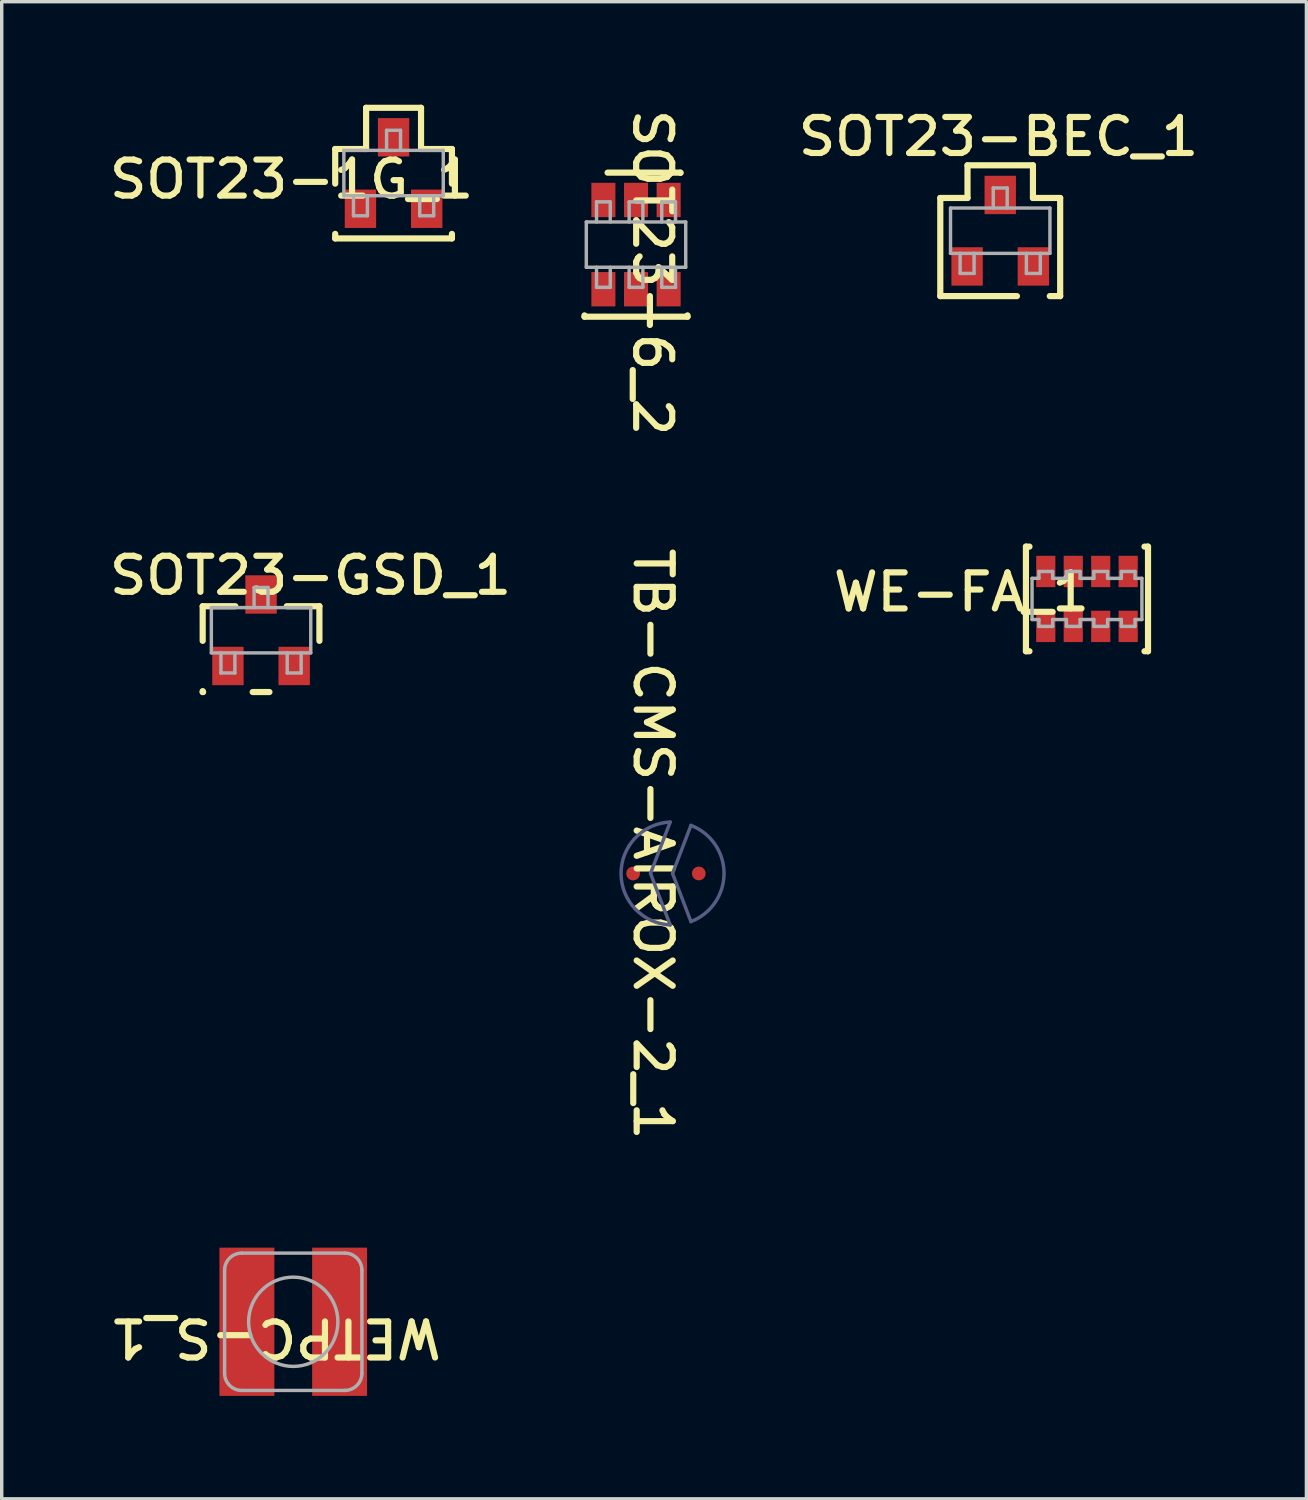
<source format=kicad_pcb>
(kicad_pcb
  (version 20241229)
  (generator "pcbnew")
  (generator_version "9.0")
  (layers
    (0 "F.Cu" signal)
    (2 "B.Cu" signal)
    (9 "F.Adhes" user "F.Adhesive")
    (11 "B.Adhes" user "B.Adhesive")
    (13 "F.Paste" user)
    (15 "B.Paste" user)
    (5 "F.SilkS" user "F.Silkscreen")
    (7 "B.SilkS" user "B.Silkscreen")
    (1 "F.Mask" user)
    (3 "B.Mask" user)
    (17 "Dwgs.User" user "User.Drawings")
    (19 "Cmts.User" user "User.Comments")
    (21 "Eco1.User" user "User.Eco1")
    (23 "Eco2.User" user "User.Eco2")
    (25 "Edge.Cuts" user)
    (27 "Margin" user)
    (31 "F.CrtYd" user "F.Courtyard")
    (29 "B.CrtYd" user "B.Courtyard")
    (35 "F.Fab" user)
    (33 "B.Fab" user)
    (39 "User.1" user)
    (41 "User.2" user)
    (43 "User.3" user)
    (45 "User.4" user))
  (footprint "SOT23-GSD_1"
    (layer "F.Cu")
    (at 4.554 15.308)
    (property "Reference" "SOT23-GSD_1" (at 1.441 -1.596 0) (unlocked yes) (layer "F.SilkS") (effects (font (size 1.05 1.104) (thickness 0.18))))
    (attr smd)
    (fp_line (start -1.7 -0.7) (end -0.749 -0.7) (stroke (width 0.18) (type solid)) (layer "F.SilkS"))
    (fp_line (start -1.7 0.309) (end -1.7 -0.7) (stroke (width 0.18) (type solid)) (layer "F.SilkS"))
    (fp_line (start -1.7 1.8) (end -1.7 1.773) (stroke (width 0.18) (type solid)) (layer "F.SilkS"))
    (fp_line (start -1.7 1.8) (end -1.687 1.8) (stroke (width 0.18) (type solid)) (layer "F.SilkS"))
    (fp_line (start -0.244 1.8) (end 0.244 1.8) (stroke (width 0.18) (type solid)) (layer "F.SilkS"))
    (fp_line (start 0.749 -0.7) (end 1.7 -0.7) (stroke (width 0.18) (type solid)) (layer "F.SilkS"))
    (fp_line (start 1.7 0.309) (end 1.7 -0.7) (stroke (width 0.18) (type solid)) (layer "F.SilkS"))
    (fp_line (start -1.448 -0.66) (end 1.448 -0.66) (stroke (width 0.1) (type solid)) (layer "F.Fab"))
    (fp_line (start -1.448 0.66) (end -1.448 -0.66) (stroke (width 0.1) (type solid)) (layer "F.Fab"))
    (fp_line (start -1.448 0.66) (end 1.448 0.66) (stroke (width 0.1) (type solid)) (layer "F.Fab"))
    (fp_line (start -1.168 1.245) (end -1.168 0.66) (stroke (width 0.1) (type solid)) (layer "F.Fab"))
    (fp_line (start -1.168 1.245) (end -0.762 1.245) (stroke (width 0.1) (type solid)) (layer "F.Fab"))
    (fp_line (start -0.762 1.245) (end -0.762 0.66) (stroke (width 0.1) (type solid)) (layer "F.Fab"))
    (fp_line (start -0.203 -1.245) (end 0.203 -1.245) (stroke (width 0.1) (type solid)) (layer "F.Fab"))
    (fp_line (start -0.203 -0.66) (end -0.203 -1.245) (stroke (width 0.1) (type solid)) (layer "F.Fab"))
    (fp_line (start 0.203 -0.66) (end 0.203 -1.245) (stroke (width 0.1) (type solid)) (layer "F.Fab"))
    (fp_line (start 0.762 1.245) (end 0.762 0.66) (stroke (width 0.1) (type solid)) (layer "F.Fab"))
    (fp_line (start 0.762 1.245) (end 1.168 1.245) (stroke (width 0.1) (type solid)) (layer "F.Fab"))
    (fp_line (start 1.168 1.245) (end 1.168 0.66) (stroke (width 0.1) (type solid)) (layer "F.Fab"))
    (fp_line (start 1.448 0.66) (end 1.448 -0.66) (stroke (width 0.1) (type solid)) (layer "F.Fab"))
    (pad "D" smd rect (at 0 -1.041) (size 0.914 1.118) (layers "F.Cu" "F.Mask" "F.Paste"))
    (pad "G" smd rect (at -0.965 1.041) (size 0.914 1.118) (layers "F.Cu" "F.Mask" "F.Paste"))
    (pad "S" smd rect (at 0.965 1.041) (size 0.914 1.118) (layers "F.Cu" "F.Mask" "F.Paste")))
  (footprint "WE-FA_1"
    (layer "F.Cu")
    (at 28.612 14.396)
    (property "Reference" "WE-FA_1" (at -3.656 -0.2 0) (unlocked yes) (layer "F.SilkS") (effects (font (size 1.05 1.104) (thickness 0.18))))
    (attr smd)
    (fp_line (start -1.778 -1.524) (end -1.675 -1.524) (stroke (width 0.18) (type solid)) (layer "F.SilkS"))
    (fp_line (start -1.778 1.524) (end -1.778 -1.524) (stroke (width 0.18) (type solid)) (layer "F.SilkS"))
    (fp_line (start -1.778 1.524) (end -1.675 1.524) (stroke (width 0.18) (type solid)) (layer "F.SilkS"))
    (fp_line (start 1.675 -1.524) (end 1.778 -1.524) (stroke (width 0.18) (type solid)) (layer "F.SilkS"))
    (fp_line (start 1.675 1.524) (end 1.778 1.524) (stroke (width 0.18) (type solid)) (layer "F.SilkS"))
    (fp_line (start 1.778 1.524) (end 1.778 -1.524) (stroke (width 0.18) (type solid)) (layer "F.SilkS"))
    (fp_line (start -1.6 -0.6) (end -1.4 -0.6) (stroke (width 0.1) (type solid)) (layer "F.Fab"))
    (fp_line (start -1.6 0.6) (end -1.6 -0.6) (stroke (width 0.1) (type solid)) (layer "F.Fab"))
    (fp_line (start -1.6 0.6) (end -1.4 0.6) (stroke (width 0.1) (type solid)) (layer "F.Fab"))
    (fp_line (start -1.4 -0.8) (end -1 -0.8) (stroke (width 0.1) (type solid)) (layer "F.Fab"))
    (fp_line (start -1.4 -0.6) (end -1.4 -0.8) (stroke (width 0.1) (type solid)) (layer "F.Fab"))
    (fp_line (start -1.4 0.8) (end -1.4 0.6) (stroke (width 0.1) (type solid)) (layer "F.Fab"))
    (fp_line (start -1.4 0.8) (end -1 0.8) (stroke (width 0.1) (type solid)) (layer "F.Fab"))
    (fp_line (start -1 -0.6) (end -1 -0.8) (stroke (width 0.1) (type solid)) (layer "F.Fab"))
    (fp_line (start -1 -0.6) (end -0.6 -0.6) (stroke (width 0.1) (type solid)) (layer "F.Fab"))
    (fp_line (start -1 0.6) (end -0.6 0.6) (stroke (width 0.1) (type solid)) (layer "F.Fab"))
    (fp_line (start -1 0.8) (end -1 0.6) (stroke (width 0.1) (type solid)) (layer "F.Fab"))
    (fp_line (start -0.6 -0.8) (end -0.2 -0.8) (stroke (width 0.1) (type solid)) (layer "F.Fab"))
    (fp_line (start -0.6 -0.6) (end -0.6 -0.8) (stroke (width 0.1) (type solid)) (layer "F.Fab"))
    (fp_line (start -0.6 0.8) (end -0.6 0.6) (stroke (width 0.1) (type solid)) (layer "F.Fab"))
    (fp_line (start -0.6 0.8) (end -0.2 0.8) (stroke (width 0.1) (type solid)) (layer "F.Fab"))
    (fp_line (start -0.2 -0.6) (end -0.2 -0.8) (stroke (width 0.1) (type solid)) (layer "F.Fab"))
    (fp_line (start -0.2 -0.6) (end 0.2 -0.6) (stroke (width 0.1) (type solid)) (layer "F.Fab"))
    (fp_line (start -0.2 0.6) (end 0.2 0.6) (stroke (width 0.1) (type solid)) (layer "F.Fab"))
    (fp_line (start -0.2 0.8) (end -0.2 0.6) (stroke (width 0.1) (type solid)) (layer "F.Fab"))
    (fp_line (start 0.2 -0.8) (end 0.6 -0.8) (stroke (width 0.1) (type solid)) (layer "F.Fab"))
    (fp_line (start 0.2 -0.6) (end 0.2 -0.8) (stroke (width 0.1) (type solid)) (layer "F.Fab"))
    (fp_line (start 0.2 0.8) (end 0.2 0.6) (stroke (width 0.1) (type solid)) (layer "F.Fab"))
    (fp_line (start 0.2 0.8) (end 0.6 0.8) (stroke (width 0.1) (type solid)) (layer "F.Fab"))
    (fp_line (start 0.6 -0.6) (end 0.6 -0.8) (stroke (width 0.1) (type solid)) (layer "F.Fab"))
    (fp_line (start 0.6 -0.6) (end 1 -0.6) (stroke (width 0.1) (type solid)) (layer "F.Fab"))
    (fp_line (start 0.6 0.6) (end 1 0.6) (stroke (width 0.1) (type solid)) (layer "F.Fab"))
    (fp_line (start 0.6 0.8) (end 0.6 0.6) (stroke (width 0.1) (type solid)) (layer "F.Fab"))
    (fp_line (start 1 -0.8) (end 1.4 -0.8) (stroke (width 0.1) (type solid)) (layer "F.Fab"))
    (fp_line (start 1 -0.6) (end 1 -0.8) (stroke (width 0.1) (type solid)) (layer "F.Fab"))
    (fp_line (start 1 0.8) (end 1 0.6) (stroke (width 0.1) (type solid)) (layer "F.Fab"))
    (fp_line (start 1 0.8) (end 1.4 0.8) (stroke (width 0.1) (type solid)) (layer "F.Fab"))
    (fp_line (start 1.4 -0.6) (end 1.4 -0.8) (stroke (width 0.1) (type solid)) (layer "F.Fab"))
    (fp_line (start 1.4 -0.6) (end 1.6 -0.6) (stroke (width 0.1) (type solid)) (layer "F.Fab"))
    (fp_line (start 1.4 0.6) (end 1.6 0.6) (stroke (width 0.1) (type solid)) (layer "F.Fab"))
    (fp_line (start 1.4 0.8) (end 1.4 0.6) (stroke (width 0.1) (type solid)) (layer "F.Fab"))
    (fp_line (start 1.6 0.6) (end 1.6 -0.6) (stroke (width 0.1) (type solid)) (layer "F.Fab"))
    (pad "L1A" smd rect (at -1.2 0.8) (size 0.559 0.914) (layers "F.Cu" "F.Mask" "F.Paste"))
    (pad "L1B" smd rect (at -1.2 -0.8) (size 0.559 0.914) (layers "F.Cu" "F.Mask" "F.Paste"))
    (pad "L2A" smd rect (at -0.4 0.8) (size 0.559 0.914) (layers "F.Cu" "F.Mask" "F.Paste"))
    (pad "L2B" smd rect (at -0.4 -0.8) (size 0.559 0.914) (layers "F.Cu" "F.Mask" "F.Paste"))
    (pad "L3A" smd rect (at 0.4 0.8) (size 0.559 0.914) (layers "F.Cu" "F.Mask" "F.Paste"))
    (pad "L3B" smd rect (at 0.4 -0.8) (size 0.559 0.914) (layers "F.Cu" "F.Mask" "F.Paste"))
    (pad "L4A" smd rect (at 1.2 0.8) (size 0.559 0.914) (layers "F.Cu" "F.Mask" "F.Paste"))
    (pad "L4B" smd rect (at 1.2 -0.8) (size 0.559 0.914) (layers "F.Cu" "F.Mask" "F.Paste")))
  (footprint "WETPC-S_1"
    (layer "F.Cu")
    (at 5.492 35.451)
    (property "Reference" "WETPC-S_1" (at -0.522 0.467 180) (unlocked yes) (layer "F.SilkS") (effects (font (size 1.05 1.104) (thickness 0.18))))
    (attr smd)
    (fp_line (start -2 1.5) (end -2 -1.5) (stroke (width 0.1) (type solid)) (layer "F.Fab"))
    (fp_line (start -1.5 -2) (end 1.5 -2) (stroke (width 0.1) (type solid)) (layer "F.Fab"))
    (fp_line (start -1.5 2) (end 1.5 2) (stroke (width 0.1) (type solid)) (layer "F.Fab"))
    (fp_line (start 2 1.5) (end 2 -1.5) (stroke (width 0.1) (type solid)) (layer "F.Fab"))
    (fp_arc (start -2 -1.50002) (mid -1.853559 -1.853559) (end -1.50002 -2) (stroke (width 0.1) (type solid)) (layer "F.Fab"))
    (fp_arc (start -1.50001 2) (mid -1.853556 1.853556) (end -2 1.50001) (stroke (width 0.1) (type solid)) (layer "F.Fab"))
    (fp_arc (start 1.50002 -2) (mid 1.853559 -1.853559) (end 2 -1.50002) (stroke (width 0.1) (type solid)) (layer "F.Fab"))
    (fp_arc (start 2.00001 1.50001) (mid 1.853566 1.853556) (end 1.50002 2) (stroke (width 0.1) (type solid)) (layer "F.Fab"))
    (fp_circle (center 0 0) (end 1.3 0) (stroke (width 0.1) (type solid)) (fill no) (layer "F.Fab"))
    (pad "1" smd rect (at -1.35 0) (size 1.6 4.318) (layers "F.Cu" "F.Mask" "F.Paste"))
    (pad "2" smd rect (at 1.35 0) (size 1.6 4.318) (layers "F.Cu" "F.Mask" "F.Paste")))
  (footprint "SOT23-6_2"
    (layer "F.Cu")
    (at 15.476 4.075)
    (property "Reference" "SOT23-6_2" (at 0.481 0.816 270) (unlocked yes) (layer "F.SilkS") (effects (font (size 1.05 1.104) (thickness 0.18))))
    (attr smd)
    (fp_line (start -1.5 2.1) (end -1.5 2.062) (stroke (width 0.18) (type solid)) (layer "F.SilkS"))
    (fp_line (start -1.5 2.1) (end 1.5 2.1) (stroke (width 0.18) (type solid)) (layer "F.SilkS"))
    (fp_line (start -0.828 -2.096) (end 1.291 -2.096) (stroke (width 0.18) (type solid)) (layer "F.SilkS"))
    (fp_line (start 1.291 -2.096) (end 1.298 -2.09) (stroke (width 0.18) (type solid)) (layer "F.SilkS"))
    (fp_line (start 1.5 2.1) (end 1.5 2.062) (stroke (width 0.18) (type solid)) (layer "F.SilkS"))
    (fp_line (start -1.448 -0.66) (end 1.448 -0.66) (stroke (width 0.1) (type solid)) (layer "F.Fab"))
    (fp_line (start -1.448 0.66) (end -1.448 -0.66) (stroke (width 0.1) (type solid)) (layer "F.Fab"))
    (fp_line (start -1.448 0.66) (end 1.448 0.66) (stroke (width 0.1) (type solid)) (layer "F.Fab"))
    (fp_line (start -1.15 -1.245) (end -0.75 -1.245) (stroke (width 0.1) (type solid)) (layer "F.Fab"))
    (fp_line (start -1.15 -0.66) (end -1.15 -1.245) (stroke (width 0.1) (type solid)) (layer "F.Fab"))
    (fp_line (start -1.15 1.245) (end -1.15 0.66) (stroke (width 0.1) (type solid)) (layer "F.Fab"))
    (fp_line (start -1.15 1.245) (end -0.75 1.245) (stroke (width 0.1) (type solid)) (layer "F.Fab"))
    (fp_line (start -0.75 -0.66) (end -0.75 -1.245) (stroke (width 0.1) (type solid)) (layer "F.Fab"))
    (fp_line (start -0.75 1.245) (end -0.75 0.66) (stroke (width 0.1) (type solid)) (layer "F.Fab"))
    (fp_line (start -0.2 -1.245) (end 0.2 -1.245) (stroke (width 0.1) (type solid)) (layer "F.Fab"))
    (fp_line (start -0.2 -0.66) (end -0.2 -1.245) (stroke (width 0.1) (type solid)) (layer "F.Fab"))
    (fp_line (start -0.2 1.245) (end -0.2 0.66) (stroke (width 0.1) (type solid)) (layer "F.Fab"))
    (fp_line (start -0.2 1.245) (end 0.2 1.245) (stroke (width 0.1) (type solid)) (layer "F.Fab"))
    (fp_line (start 0.2 -0.66) (end 0.2 -1.245) (stroke (width 0.1) (type solid)) (layer "F.Fab"))
    (fp_line (start 0.2 1.245) (end 0.2 0.66) (stroke (width 0.1) (type solid)) (layer "F.Fab"))
    (fp_line (start 0.75 -1.245) (end 1.15 -1.245) (stroke (width 0.1) (type solid)) (layer "F.Fab"))
    (fp_line (start 0.75 -0.66) (end 0.75 -1.245) (stroke (width 0.1) (type solid)) (layer "F.Fab"))
    (fp_line (start 0.75 1.245) (end 0.75 0.66) (stroke (width 0.1) (type solid)) (layer "F.Fab"))
    (fp_line (start 0.75 1.245) (end 1.15 1.245) (stroke (width 0.1) (type solid)) (layer "F.Fab"))
    (fp_line (start 1.15 -0.66) (end 1.15 -1.245) (stroke (width 0.1) (type solid)) (layer "F.Fab"))
    (fp_line (start 1.15 1.245) (end 1.15 0.66) (stroke (width 0.1) (type solid)) (layer "F.Fab"))
    (fp_line (start 1.448 0.66) (end 1.448 -0.66) (stroke (width 0.1) (type solid)) (layer "F.Fab"))
    (fp_circle (center 0.953 -0.318) (end 1.202 -0.318) (stroke (width 0.00003) (type solid)) (fill no) (layer "F.Fab"))
    (pad "1" smd rect (at 0.95 -1.3) (size 0.7 1) (layers "F.Cu" "F.Mask" "F.Paste"))
    (pad "2" smd rect (at 0 -1.3) (size 0.7 1) (layers "F.Cu" "F.Mask" "F.Paste"))
    (pad "3" smd rect (at -0.95 -1.3) (size 0.7 1) (layers "F.Cu" "F.Mask" "F.Paste"))
    (pad "4" smd rect (at -0.95 1.3) (size 0.7 1) (layers "F.Cu" "F.Mask" "F.Paste"))
    (pad "5" smd rect (at 0 1.3) (size 0.7 1) (layers "F.Cu" "F.Mask" "F.Paste"))
    (pad "6" smd rect (at 0.95 1.3) (size 0.7 1) (layers "F.Cu" "F.Mask" "F.Paste")))
  (footprint "SOT23-BEC_1"
    (layer "F.Cu")
    (at 26.085 3.67)
    (property "Reference" "SOT23-BEC_1" (at -0.05 -2.74 0) (unlocked yes) (layer "F.SilkS") (effects (font (size 1.05 1.104) (thickness 0.18))))
    (attr smd)
    (fp_line (start -1.746 -0.953) (end -0.953 -0.953) (stroke (width 0.18) (type solid)) (layer "F.SilkS"))
    (fp_line (start -1.746 1.905) (end -1.746 -0.953) (stroke (width 0.18) (type solid)) (layer "F.SilkS"))
    (fp_line (start -1.746 1.905) (end 0.487 1.905) (stroke (width 0.18) (type solid)) (layer "F.SilkS"))
    (fp_line (start -0.953 -1.905) (end 0.953 -1.905) (stroke (width 0.18) (type solid)) (layer "F.SilkS"))
    (fp_line (start -0.953 -0.953) (end -0.953 -1.905) (stroke (width 0.18) (type solid)) (layer "F.SilkS"))
    (fp_line (start 0.953 -0.953) (end 0.953 -1.905) (stroke (width 0.18) (type solid)) (layer "F.SilkS"))
    (fp_line (start 0.953 -0.953) (end 1.746 -0.953) (stroke (width 0.18) (type solid)) (layer "F.SilkS"))
    (fp_line (start 1.444 1.905) (end 1.746 1.905) (stroke (width 0.18) (type solid)) (layer "F.SilkS"))
    (fp_line (start 1.746 1.905) (end 1.746 -0.953) (stroke (width 0.18) (type solid)) (layer "F.SilkS"))
    (fp_line (start -1.448 -0.66) (end 1.448 -0.66) (stroke (width 0.1) (type solid)) (layer "F.Fab"))
    (fp_line (start -1.448 0.66) (end -1.448 -0.66) (stroke (width 0.1) (type solid)) (layer "F.Fab"))
    (fp_line (start -1.448 0.66) (end 1.448 0.66) (stroke (width 0.1) (type solid)) (layer "F.Fab"))
    (fp_line (start -1.168 1.245) (end -1.168 0.66) (stroke (width 0.1) (type solid)) (layer "F.Fab"))
    (fp_line (start -1.168 1.245) (end -0.762 1.245) (stroke (width 0.1) (type solid)) (layer "F.Fab"))
    (fp_line (start -0.762 1.245) (end -0.762 0.66) (stroke (width 0.1) (type solid)) (layer "F.Fab"))
    (fp_line (start -0.203 -1.245) (end 0.203 -1.245) (stroke (width 0.1) (type solid)) (layer "F.Fab"))
    (fp_line (start -0.203 -0.66) (end -0.203 -1.245) (stroke (width 0.1) (type solid)) (layer "F.Fab"))
    (fp_line (start 0.203 -0.66) (end 0.203 -1.245) (stroke (width 0.1) (type solid)) (layer "F.Fab"))
    (fp_line (start 0.762 1.245) (end 0.762 0.66) (stroke (width 0.1) (type solid)) (layer "F.Fab"))
    (fp_line (start 0.762 1.245) (end 1.168 1.245) (stroke (width 0.1) (type solid)) (layer "F.Fab"))
    (fp_line (start 1.168 1.245) (end 1.168 0.66) (stroke (width 0.1) (type solid)) (layer "F.Fab"))
    (fp_line (start 1.448 0.66) (end 1.448 -0.66) (stroke (width 0.1) (type solid)) (layer "F.Fab"))
    (pad "B" smd rect (at -0.965 1.041) (size 0.914 1.118) (layers "F.Cu" "F.Mask" "F.Paste"))
    (pad "C" smd rect (at 0 -1.041) (size 0.914 1.118) (layers "F.Cu" "F.Mask" "F.Paste"))
    (pad "E" smd rect (at 0.965 1.041) (size 0.914 1.118) (layers "F.Cu" "F.Mask" "F.Paste")))
  (footprint "SOT23-1G_1"
    (layer "F.Cu")
    (at 8.414 1.99)
    (property "Reference" "SOT23-1G_1" (at -2.971 0.181 0) (unlocked yes) (layer "F.SilkS") (effects (font (size 1.05 1.104) (thickness 0.18))))
    (attr smd)
    (fp_line (start -1.7 -0.7) (end -0.8 -0.7) (stroke (width 0.18) (type solid)) (layer "F.SilkS"))
    (fp_line (start -1.7 0.309) (end -1.7 -0.7) (stroke (width 0.18) (type solid)) (layer "F.SilkS"))
    (fp_line (start -1.7 1.905) (end -1.7 1.773) (stroke (width 0.18) (type solid)) (layer "F.SilkS"))
    (fp_line (start -1.7 1.905) (end 1.7 1.905) (stroke (width 0.18) (type solid)) (layer "F.SilkS"))
    (fp_line (start -0.8 -1.9) (end 0.8 -1.9) (stroke (width 0.18) (type solid)) (layer "F.SilkS"))
    (fp_line (start -0.8 -0.7) (end -0.8 -1.9) (stroke (width 0.18) (type solid)) (layer "F.SilkS"))
    (fp_line (start 0.8 -0.7) (end 0.8 -1.9) (stroke (width 0.18) (type solid)) (layer "F.SilkS"))
    (fp_line (start 0.8 -0.7) (end 1.7 -0.7) (stroke (width 0.18) (type solid)) (layer "F.SilkS"))
    (fp_line (start 1.7 0.309) (end 1.7 -0.7) (stroke (width 0.18) (type solid)) (layer "F.SilkS"))
    (fp_line (start 1.7 1.905) (end 1.7 1.773) (stroke (width 0.18) (type solid)) (layer "F.SilkS"))
    (fp_line (start -1.448 -0.66) (end 1.448 -0.66) (stroke (width 0.1) (type solid)) (layer "F.Fab"))
    (fp_line (start -1.448 0.66) (end -1.448 -0.66) (stroke (width 0.1) (type solid)) (layer "F.Fab"))
    (fp_line (start -1.448 0.66) (end 1.448 0.66) (stroke (width 0.1) (type solid)) (layer "F.Fab"))
    (fp_line (start -1.168 1.245) (end -1.168 0.66) (stroke (width 0.1) (type solid)) (layer "F.Fab"))
    (fp_line (start -1.168 1.245) (end -0.762 1.245) (stroke (width 0.1) (type solid)) (layer "F.Fab"))
    (fp_line (start -0.762 1.245) (end -0.762 0.66) (stroke (width 0.1) (type solid)) (layer "F.Fab"))
    (fp_line (start -0.203 -1.245) (end 0.203 -1.245) (stroke (width 0.1) (type solid)) (layer "F.Fab"))
    (fp_line (start -0.203 -0.66) (end -0.203 -1.245) (stroke (width 0.1) (type solid)) (layer "F.Fab"))
    (fp_line (start 0.203 -0.66) (end 0.203 -1.245) (stroke (width 0.1) (type solid)) (layer "F.Fab"))
    (fp_line (start 0.762 1.245) (end 0.762 0.66) (stroke (width 0.1) (type solid)) (layer "F.Fab"))
    (fp_line (start 0.762 1.245) (end 1.168 1.245) (stroke (width 0.1) (type solid)) (layer "F.Fab"))
    (fp_line (start 1.168 1.245) (end 1.168 0.66) (stroke (width 0.1) (type solid)) (layer "F.Fab"))
    (fp_line (start 1.448 0.66) (end 1.448 -0.66) (stroke (width 0.1) (type solid)) (layer "F.Fab"))
    (pad "1" smd rect (at -0.965 1.041) (size 0.914 1.118) (layers "F.Cu" "F.Mask" "F.Paste"))
    (pad "2" smd rect (at 0.965 1.041) (size 0.914 1.118) (layers "F.Cu" "F.Mask" "F.Paste"))
    (pad "3" smd rect (at 0 -1.041) (size 0.914 1.118) (layers "F.Cu" "F.Mask" "F.Paste")))
  (footprint "TB-CMS-AIROX-2_1"
    (layer "F.Cu")
    (at 16.54 22.393)
    (property "Reference" "TB-CMS-AIROX-2_1" (at -0.568 -0.856 270) (unlocked yes) (layer "F.SilkS") (effects (font (size 1.05 1.104) (thickness 0.18))))
    (attr smd)
    (fp_line (start -0.069 -1.498) (end -0.642 0) (stroke (width 0.1) (type solid)) (layer "B.Fab"))
    (fp_line (start -0.069 1.498) (end -0.642 0) (stroke (width 0.1) (type solid)) (layer "B.Fab"))
    (fp_line (start 0.536 -1.401) (end -0.00001 0) (stroke (width 0.1) (type solid)) (layer "B.Fab"))
    (fp_line (start 0.536 1.401) (end -0.00001 0) (stroke (width 0.1) (type solid)) (layer "B.Fab"))
    (fp_arc (start -0.07066 1.498335) (mid -1.5 -0.001309) (end -0.068044 -1.498456) (stroke (width 0.1) (type solid)) (layer "B.Fab"))
    (fp_arc (start 0.537545 -1.40038) (mid 1.499999 0.001309) (end 0.535101 1.401316) (stroke (width 0.1) (type solid)) (layer "B.Fab"))
    (pad "1" smd circle (at 0.765 0 180) (size 0.4 0.4) (layers "F.Cu" "F.Mask" "F.Paste"))
    (pad "2" smd circle (at -1.148 0 180) (size 0.4 0.4) (layers "F.Cu" "F.Mask" "F.Paste")))
  (gr_rect
    (start -3 -3)
    (end 35.004 40.61)
    (stroke (width 0.1) (type default))
    (fill no)
    (layer "Edge.Cuts")))
</source>
